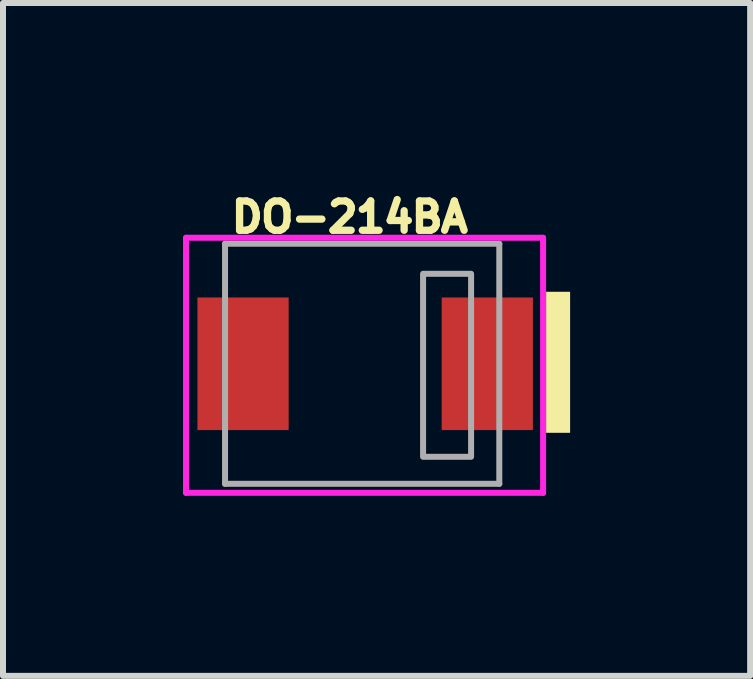
<source format=kicad_pcb>
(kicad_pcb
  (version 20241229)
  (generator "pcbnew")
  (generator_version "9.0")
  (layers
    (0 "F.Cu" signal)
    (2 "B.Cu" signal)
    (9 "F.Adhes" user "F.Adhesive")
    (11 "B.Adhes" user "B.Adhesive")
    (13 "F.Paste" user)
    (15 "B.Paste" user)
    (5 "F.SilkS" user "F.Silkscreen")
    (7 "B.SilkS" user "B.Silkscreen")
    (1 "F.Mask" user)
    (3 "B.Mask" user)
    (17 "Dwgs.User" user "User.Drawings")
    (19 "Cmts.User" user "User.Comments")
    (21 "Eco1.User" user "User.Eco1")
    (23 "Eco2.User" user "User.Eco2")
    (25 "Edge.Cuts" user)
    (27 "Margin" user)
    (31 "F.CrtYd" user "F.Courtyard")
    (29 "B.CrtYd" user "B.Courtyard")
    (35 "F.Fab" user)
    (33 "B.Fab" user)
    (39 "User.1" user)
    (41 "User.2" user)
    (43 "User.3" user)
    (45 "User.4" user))
  (footprint "DO-214BA"
    (layer "F.Cu")
    (at 3.032 3.012)
    (property "Reference" "DO-214BA" (at -2.286 -2.159 0) (layer "F.SilkS") (effects (font (size 0.488 0.488) (thickness 0.122)) (justify left bottom)))
    (fp_poly (pts (xy 3.018 1.15) (xy 3.418 1.15) (xy 3.418 -1.2) (xy 3.018 -1.2)) (stroke (width 0) (type solid)) (fill yes) (layer "F.SilkS"))
    (fp_line (start -2.982 -2.1) (end -2.982 2.15) (stroke (width 0.1) (type solid)) (layer "F.CrtYd"))
    (fp_line (start -2.982 2.15) (end 2.968 2.15) (stroke (width 0.1) (type solid)) (layer "F.CrtYd"))
    (fp_line (start 2.968 -2.1) (end -2.982 -2.1) (stroke (width 0.1) (type solid)) (layer "F.CrtYd"))
    (fp_line (start 2.968 2.15) (end 2.968 -2.1) (stroke (width 0.1) (type solid)) (layer "F.CrtYd"))
    (fp_line (start -2.332 -2) (end -2.332 2) (stroke (width 0.1) (type solid)) (layer "F.Fab"))
    (fp_line (start -2.332 2) (end 2.238 2) (stroke (width 0.1) (type solid)) (layer "F.Fab"))
    (fp_line (start 2.238 -2) (end -2.332 -2) (stroke (width 0.1) (type solid)) (layer "F.Fab"))
    (fp_line (start 2.238 2) (end 2.238 -2) (stroke (width 0.1) (type solid)) (layer "F.Fab"))
    (fp_poly (pts (xy 0.968 1.55) (xy 1.768 1.55) (xy 1.768 -1.5) (xy 0.968 -1.5)) (stroke (width 0.1) (type solid)) (fill no) (layer "F.Fab"))
    (pad "A" smd rect (at -2.032 0) (size 1.52 2.21) (layers "F.Cu" "F.Mask" "F.Paste"))
    (pad "C" smd rect (at 2.038 0) (size 1.52 2.21) (layers "F.Cu" "F.Mask" "F.Paste")))
  (gr_rect
    (start -3 -3)
    (end 9.45 8.212)
    (stroke (width 0.1) (type default))
    (fill no)
    (layer "Edge.Cuts")))
</source>
